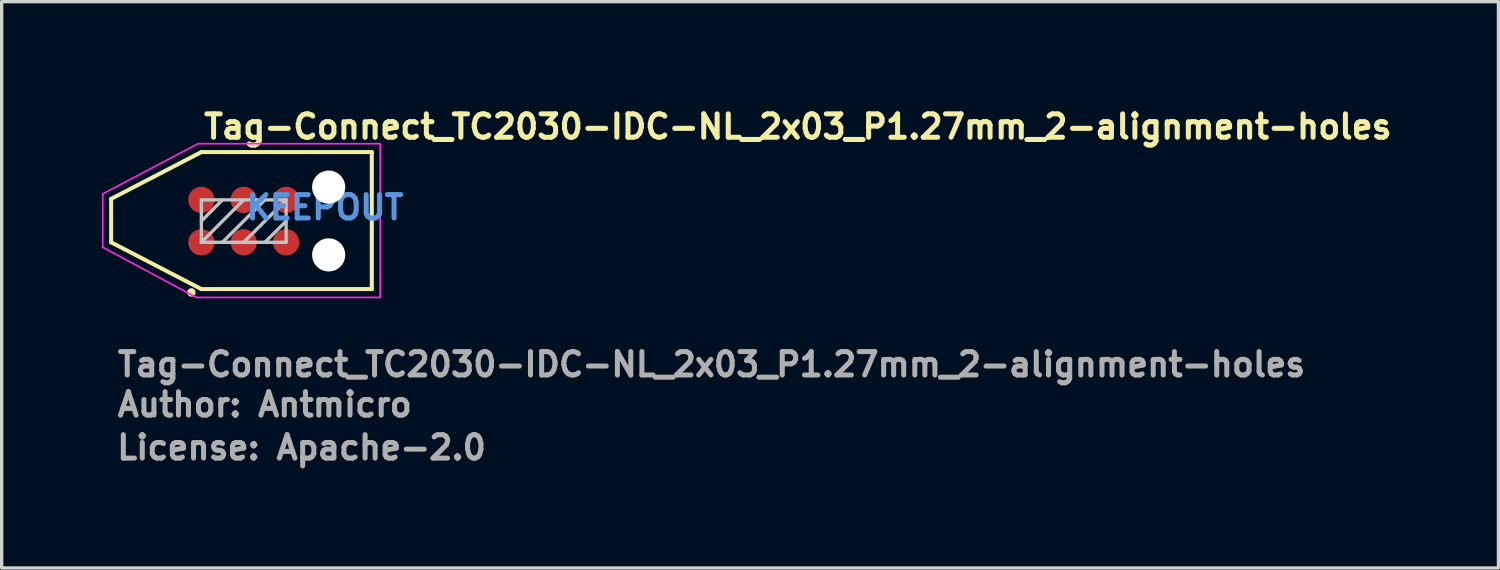
<source format=kicad_pcb>
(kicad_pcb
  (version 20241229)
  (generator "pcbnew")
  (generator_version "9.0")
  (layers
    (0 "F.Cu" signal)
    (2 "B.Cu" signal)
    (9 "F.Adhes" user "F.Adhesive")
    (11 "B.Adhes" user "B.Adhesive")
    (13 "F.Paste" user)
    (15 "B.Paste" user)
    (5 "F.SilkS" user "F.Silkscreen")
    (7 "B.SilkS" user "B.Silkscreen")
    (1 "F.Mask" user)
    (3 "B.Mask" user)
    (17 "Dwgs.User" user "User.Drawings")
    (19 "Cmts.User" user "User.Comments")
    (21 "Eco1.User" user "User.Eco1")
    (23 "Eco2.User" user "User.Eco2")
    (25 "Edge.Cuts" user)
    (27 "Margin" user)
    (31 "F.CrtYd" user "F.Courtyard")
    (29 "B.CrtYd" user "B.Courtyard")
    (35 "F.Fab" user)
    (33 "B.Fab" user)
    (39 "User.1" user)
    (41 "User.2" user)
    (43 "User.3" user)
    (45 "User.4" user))
  (footprint "Tag-Connect_TC2030-IDC-NL_2x03_P1.27mm_2-alignment-holes"
    (layer "F.Cu")
    (at 2.975 4.2)
    (property "Reference" "Tag-Connect_TC2030-IDC-NL_2x03_P1.27mm_2-alignment-holes" (at 0 -3.05 0) (layer "F.SilkS") (effects (font (size 0.7 0.7) (thickness 0.15)) (justify left bottom)))
    (fp_line (start -2.7 -1.3) (end 0 -2.7) (stroke (width 0.12) (type solid)) (layer "F.SilkS"))
    (fp_line (start -2.7 0) (end -2.7 -1.3) (stroke (width 0.12) (type solid)) (layer "F.SilkS"))
    (fp_line (start 0 -2.7) (end 5.1 -2.7) (stroke (width 0.12) (type solid)) (layer "F.SilkS"))
    (fp_line (start 0 1.4) (end -2.7 0) (stroke (width 0.12) (type solid)) (layer "F.SilkS"))
    (fp_line (start 5.1 -2.7) (end 5.1 1.4) (stroke (width 0.12) (type solid)) (layer "F.SilkS"))
    (fp_line (start 5.1 1.4) (end 0 1.4) (stroke (width 0.12) (type solid)) (layer "F.SilkS"))
    (fp_circle (center -0.3 1.5) (end -0.249 1.5) (stroke (width 0.15) (type solid)) (fill yes) (layer "F.SilkS"))
    (fp_line (start 0 -1.27) (end 2.536 -1.27) (stroke (width 0.1) (type solid)) (layer "Dwgs.User"))
    (fp_line (start 0 -0.634) (end 0.631 -1.27) (stroke (width 0.1) (type solid)) (layer "Dwgs.User"))
    (fp_line (start 0 0) (end 0 -1.27) (stroke (width 0.1) (type solid)) (layer "Dwgs.User"))
    (fp_line (start 0 0) (end 1.267 -1.27) (stroke (width 0.1) (type solid)) (layer "Dwgs.User"))
    (fp_line (start 0.631 0) (end 1.9 -1.27) (stroke (width 0.1) (type solid)) (layer "Dwgs.User"))
    (fp_line (start 1.267 0) (end 2.536 -1.27) (stroke (width 0.1) (type solid)) (layer "Dwgs.User"))
    (fp_line (start 1.9 0) (end 2.536 -0.634) (stroke (width 0.1) (type solid)) (layer "Dwgs.User"))
    (fp_line (start 2.536 -1.27) (end 2.536 0) (stroke (width 0.1) (type solid)) (layer "Dwgs.User"))
    (fp_line (start 2.536 0) (end 0 0) (stroke (width 0.1) (type solid)) (layer "Dwgs.User"))
    (fp_line (start -2.95 0.15) (end -2.95 -1.45) (stroke (width 0.05) (type solid)) (layer "F.CrtYd"))
    (fp_line (start -2.95 0.15) (end -0.15 1.65) (stroke (width 0.05) (type solid)) (layer "F.CrtYd"))
    (fp_line (start -0.1 -2.95) (end -2.95 -1.45) (stroke (width 0.05) (type solid)) (layer "F.CrtYd"))
    (fp_line (start -0.1 -2.95) (end 5.35 -2.95) (stroke (width 0.05) (type solid)) (layer "F.CrtYd"))
    (fp_line (start 5.35 -2.95) (end 5.35 1.65) (stroke (width 0.05) (type solid)) (layer "F.CrtYd"))
    (fp_line (start 5.35 1.65) (end -0.15 1.65) (stroke (width 0.05) (type solid)) (layer "F.CrtYd"))
    (fp_text user "KEEPOUT" (at 1.267 -0.634 0) (layer "Cmts.User") (effects (font (size 0.7 0.7) (thickness 0.15)) (justify left bottom)))
    (fp_text user "${REFERENCE}" (at -2.584 4.063 0) (layer "F.Fab") (effects (font (size 0.7 0.7) (thickness 0.15)) (justify left bottom)))
    (fp_text user "License: Apache-2.0" (at -2.6 6.55 0) (layer "F.Fab") (effects (font (size 0.7 0.7) (thickness 0.15)) (justify left bottom)))
    (fp_text user "Author: Antmicro" (at -2.584 5.264 0) (layer "F.Fab") (effects (font (size 0.7 0.7) (thickness 0.15)) (justify left bottom)))
    (pad "" np_thru_hole circle (at 3.809 -1.651) (size 0.991 0.991) (drill 0.991) (layers "*.Cu" "*.Mask"))
    (pad "" np_thru_hole circle (at 3.809 0.377) (size 0.991 0.991) (drill 0.991) (layers "*.Cu" "*.Mask"))
    (pad "1" connect circle (at 0 0) (size 0.787 0.787) (layers "F.Cu" "F.Mask"))
    (pad "2" connect circle (at 0 -1.27) (size 0.787 0.787) (layers "F.Cu" "F.Mask"))
    (pad "3" connect circle (at 1.267 0) (size 0.787 0.787) (layers "F.Cu" "F.Mask"))
    (pad "4" connect circle (at 1.267 -1.27) (size 0.787 0.787) (layers "F.Cu" "F.Mask"))
    (pad "5" connect circle (at 2.536 0) (size 0.787 0.787) (layers "F.Cu" "F.Mask"))
    (pad "6" connect circle (at 2.536 -1.27) (size 0.787 0.787) (layers "F.Cu" "F.Mask")))
  (gr_rect
    (start -3 -3)
    (end 41.785 13.945)
    (stroke (width 0.1) (type default))
    (fill no)
    (layer "Edge.Cuts")))
</source>
